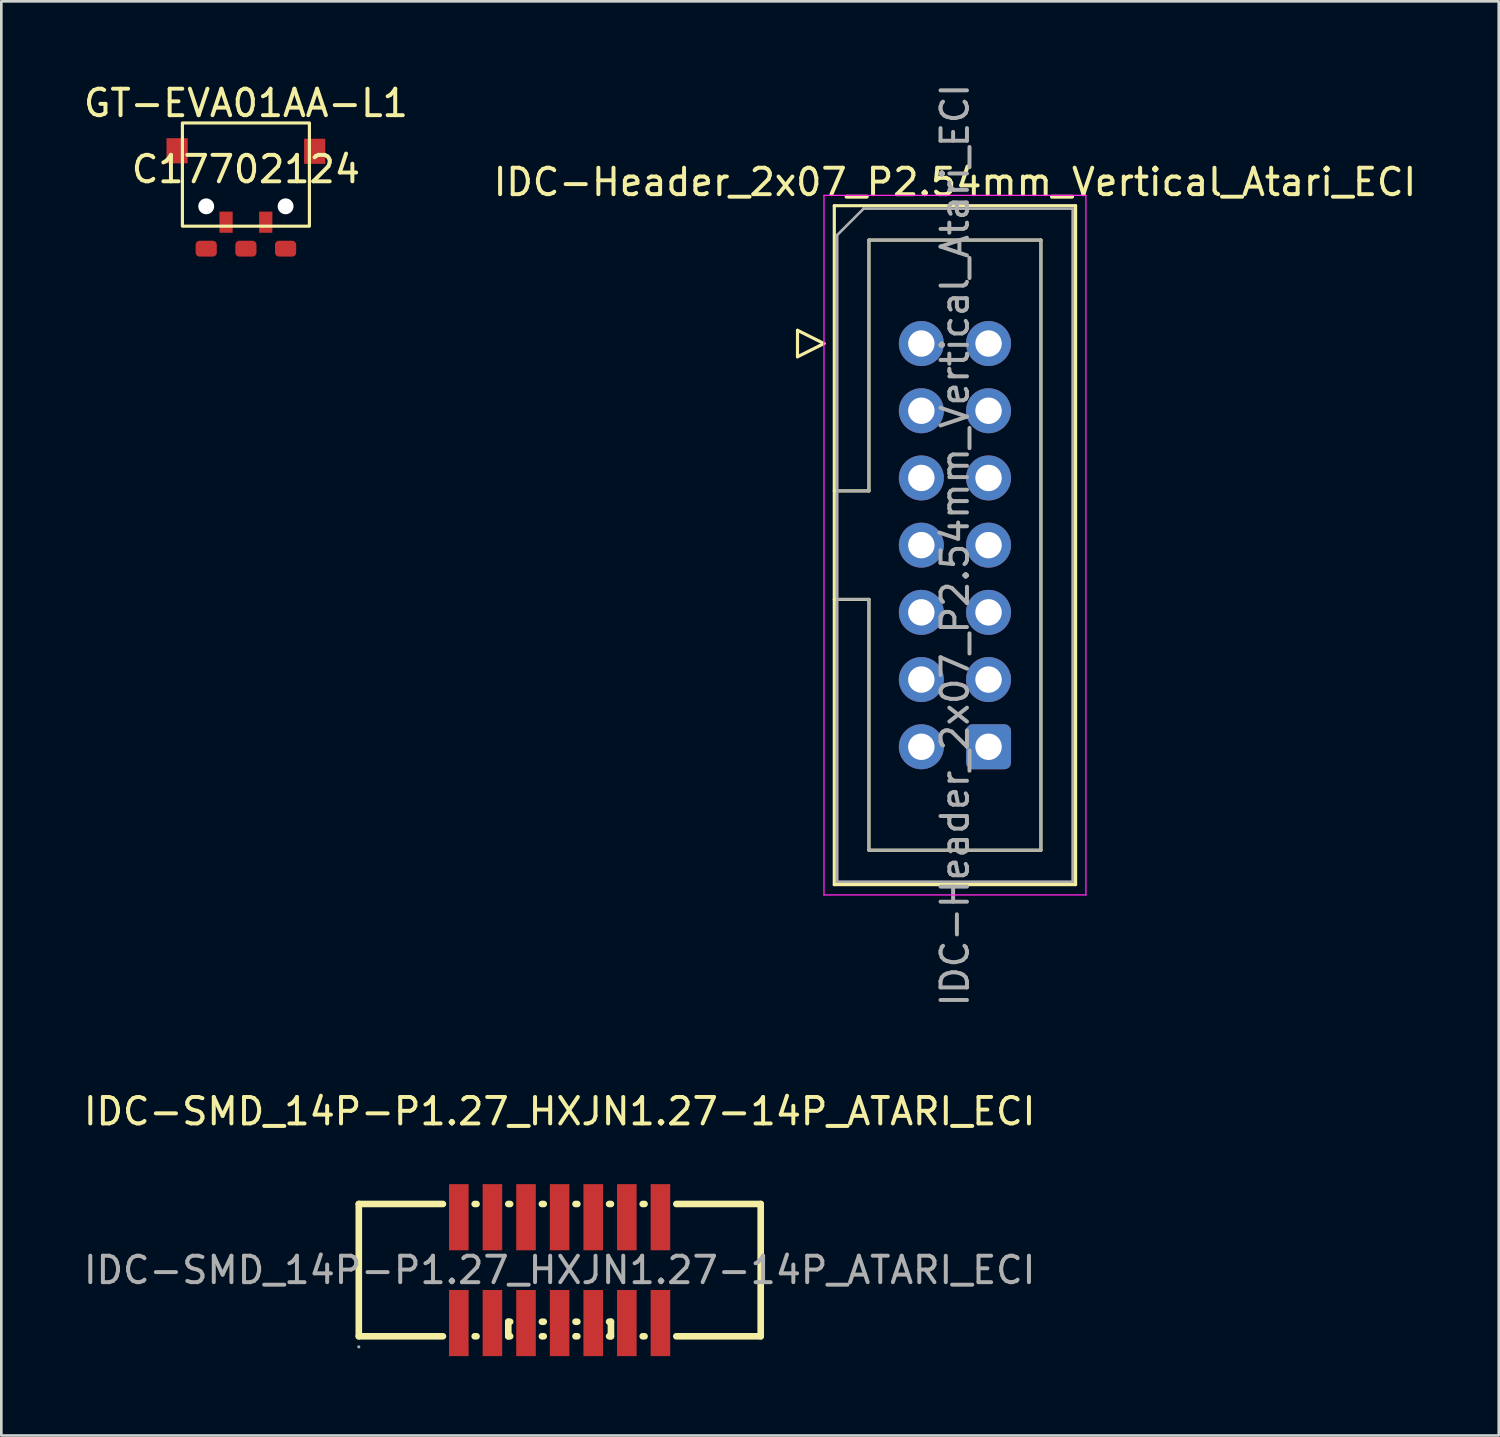
<source format=kicad_pcb>
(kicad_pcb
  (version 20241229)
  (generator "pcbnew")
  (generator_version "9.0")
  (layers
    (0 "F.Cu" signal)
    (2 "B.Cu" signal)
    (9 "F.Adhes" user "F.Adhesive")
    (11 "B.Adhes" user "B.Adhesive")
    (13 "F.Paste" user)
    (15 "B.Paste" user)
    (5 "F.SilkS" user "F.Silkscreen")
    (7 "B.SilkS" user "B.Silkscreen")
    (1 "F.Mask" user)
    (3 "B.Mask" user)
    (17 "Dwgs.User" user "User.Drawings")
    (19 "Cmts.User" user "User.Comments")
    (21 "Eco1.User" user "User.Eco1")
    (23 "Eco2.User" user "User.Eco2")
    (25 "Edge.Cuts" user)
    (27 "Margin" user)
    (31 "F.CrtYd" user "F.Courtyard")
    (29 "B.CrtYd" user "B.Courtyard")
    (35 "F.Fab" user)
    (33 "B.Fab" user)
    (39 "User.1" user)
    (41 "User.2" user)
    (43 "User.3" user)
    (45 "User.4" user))
  (footprint "IDC-SMD_14P-P1.27_HXJN1.27-14P_ATARI_ECI"
    (layer "F.Cu")
    (at 18.101 44.955)
    (property "Reference" "IDC-SMD_14P-P1.27_HXJN1.27-14P_ATARI_ECI" (at 0 -6 0) (layer "F.SilkS") (effects (font (size 1 1) (thickness 0.15))))
    (attr smd)
    (fp_line (start -7.59 -2.5) (end -7.59 2.5) (stroke (width 0.25) (type solid)) (layer "F.SilkS"))
    (fp_line (start -7.59 2.5) (end -4.41 2.5) (stroke (width 0.25) (type solid)) (layer "F.SilkS"))
    (fp_line (start -4.41 -2.5) (end -7.59 -2.5) (stroke (width 0.25) (type solid)) (layer "F.SilkS"))
    (fp_line (start -3.21 2.5) (end -3.14 2.5) (stroke (width 0.25) (type solid)) (layer "F.SilkS"))
    (fp_line (start -3.14 -2.5) (end -3.21 -2.5) (stroke (width 0.25) (type solid)) (layer "F.SilkS"))
    (fp_line (start -1.94 1.95) (end -1.87 1.95) (stroke (width 0.25) (type solid)) (layer "F.SilkS"))
    (fp_line (start -1.94 2.5) (end -1.94 1.95) (stroke (width 0.25) (type solid)) (layer "F.SilkS"))
    (fp_line (start -1.94 2.5) (end -1.87 2.5) (stroke (width 0.25) (type solid)) (layer "F.SilkS"))
    (fp_line (start -1.87 -2.5) (end -1.94 -2.5) (stroke (width 0.25) (type solid)) (layer "F.SilkS"))
    (fp_line (start -0.67 1.95) (end -0.6 1.95) (stroke (width 0.25) (type solid)) (layer "F.SilkS"))
    (fp_line (start -0.67 2.5) (end -0.6 2.5) (stroke (width 0.25) (type solid)) (layer "F.SilkS"))
    (fp_line (start -0.6 -2.5) (end -0.67 -2.5) (stroke (width 0.25) (type solid)) (layer "F.SilkS"))
    (fp_line (start 0.6 1.95) (end 0.67 1.95) (stroke (width 0.25) (type solid)) (layer "F.SilkS"))
    (fp_line (start 0.6 2.5) (end 0.67 2.5) (stroke (width 0.25) (type solid)) (layer "F.SilkS"))
    (fp_line (start 0.67 -2.5) (end 0.6 -2.5) (stroke (width 0.25) (type solid)) (layer "F.SilkS"))
    (fp_line (start 1.87 1.95) (end 1.94 1.95) (stroke (width 0.25) (type solid)) (layer "F.SilkS"))
    (fp_line (start 1.87 2.5) (end 1.94 2.5) (stroke (width 0.25) (type solid)) (layer "F.SilkS"))
    (fp_line (start 1.94 -2.5) (end 1.87 -2.5) (stroke (width 0.25) (type solid)) (layer "F.SilkS"))
    (fp_line (start 1.94 1.95) (end 1.94 2.5) (stroke (width 0.25) (type solid)) (layer "F.SilkS"))
    (fp_line (start 3.14 2.5) (end 3.21 2.5) (stroke (width 0.25) (type solid)) (layer "F.SilkS"))
    (fp_line (start 3.21 -2.5) (end 3.14 -2.5) (stroke (width 0.25) (type solid)) (layer "F.SilkS"))
    (fp_line (start 4.41 2.5) (end 7.6 2.5) (stroke (width 0.25) (type solid)) (layer "F.SilkS"))
    (fp_line (start 7.6 -2.5) (end 4.41 -2.5) (stroke (width 0.25) (type solid)) (layer "F.SilkS"))
    (fp_line (start 7.6 2.5) (end 7.6 -2.5) (stroke (width 0.25) (type solid)) (layer "F.SilkS"))
    (fp_circle (center -7.59 2.9) (end -7.56 2.9) (stroke (width 0.06) (type solid)) (fill no) (layer "F.Fab"))
    (fp_text user "${REFERENCE}" (at 0 0 0) (layer "F.Fab") (effects (font (size 1 1) (thickness 0.15))))
    (pad "1" smd rect (at -3.81 2) (size 0.74 2.5) (layers "F.Cu" "F.Mask" "F.Paste"))
    (pad "2" smd rect (at -2.54 2) (size 0.74 2.5) (layers "F.Cu" "F.Mask" "F.Paste"))
    (pad "3" smd rect (at -1.27 2) (size 0.74 2.5) (layers "F.Cu" "F.Mask" "F.Paste"))
    (pad "4" smd rect (at 0 2) (size 0.74 2.5) (layers "F.Cu" "F.Mask" "F.Paste"))
    (pad "5" smd rect (at 1.27 2) (size 0.74 2.5) (layers "F.Cu" "F.Mask" "F.Paste"))
    (pad "6" smd rect (at 2.54 2) (size 0.74 2.5) (layers "F.Cu" "F.Mask" "F.Paste"))
    (pad "7" smd rect (at 3.81 2) (size 0.74 2.5) (layers "F.Cu" "F.Mask" "F.Paste"))
    (pad "A" smd rect (at -3.81 -2) (size 0.74 2.5) (layers "F.Cu" "F.Mask" "F.Paste"))
    (pad "B" smd rect (at -2.54 -2) (size 0.74 2.5) (layers "F.Cu" "F.Mask" "F.Paste"))
    (pad "C" smd rect (at -1.27 -2) (size 0.74 2.5) (layers "F.Cu" "F.Mask" "F.Paste"))
    (pad "D" smd rect (at 0 -2) (size 0.74 2.5) (layers "F.Cu" "F.Mask" "F.Paste"))
    (pad "E" smd rect (at 1.27 -2) (size 0.74 2.5) (layers "F.Cu" "F.Mask" "F.Paste"))
    (pad "F" smd rect (at 2.54 -2) (size 0.74 2.5) (layers "F.Cu" "F.Mask" "F.Paste"))
    (pad "H" smd rect (at 3.81 -2) (size 0.74 2.5) (layers "F.Cu" "F.Mask" "F.Paste")))
  (footprint "IDC-Header_2x07_P2.54mm_Vertical_Atari_ECI"
    (layer "F.Cu")
    (at 31.772 9.934)
    (property "Reference" "IDC-Header_2x07_P2.54mm_Vertical_Atari_ECI" (at 1.27 -6.1 0) (layer "F.SilkS") (effects (font (size 1 1) (thickness 0.15))))
    (attr through_hole)
    (fp_line (start -4.68 -0.5) (end -4.68 0.5) (stroke (width 0.12) (type solid)) (layer "F.SilkS"))
    (fp_line (start -4.68 0.5) (end -3.68 0) (stroke (width 0.12) (type solid)) (layer "F.SilkS"))
    (fp_line (start -3.68 0) (end -4.68 -0.5) (stroke (width 0.12) (type solid)) (layer "F.SilkS"))
    (fp_line (start -3.29 -5.21) (end 5.83 -5.21) (stroke (width 0.12) (type solid)) (layer "F.SilkS"))
    (fp_line (start -3.29 5.57) (end -1.98 5.57) (stroke (width 0.12) (type solid)) (layer "F.SilkS"))
    (fp_line (start -3.29 20.45) (end -3.29 -5.21) (stroke (width 0.12) (type solid)) (layer "F.SilkS"))
    (fp_line (start -1.98 -3.91) (end 4.52 -3.91) (stroke (width 0.12) (type solid)) (layer "F.SilkS"))
    (fp_line (start -1.98 5.57) (end -1.98 -3.91) (stroke (width 0.12) (type solid)) (layer "F.SilkS"))
    (fp_line (start -1.98 9.67) (end -3.29 9.67) (stroke (width 0.12) (type solid)) (layer "F.SilkS"))
    (fp_line (start -1.98 19.15) (end -1.98 9.67) (stroke (width 0.12) (type solid)) (layer "F.SilkS"))
    (fp_line (start 4.52 -3.91) (end 4.52 19.15) (stroke (width 0.12) (type solid)) (layer "F.SilkS"))
    (fp_line (start 4.52 19.15) (end -1.98 19.15) (stroke (width 0.12) (type solid)) (layer "F.SilkS"))
    (fp_line (start 5.83 -5.21) (end 5.83 20.45) (stroke (width 0.12) (type solid)) (layer "F.SilkS"))
    (fp_line (start 5.83 20.45) (end -3.29 20.45) (stroke (width 0.12) (type solid)) (layer "F.SilkS"))
    (fp_line (start -3.68 -5.6) (end -3.68 20.84) (stroke (width 0.05) (type solid)) (layer "F.CrtYd"))
    (fp_line (start -3.68 20.84) (end 6.22 20.84) (stroke (width 0.05) (type solid)) (layer "F.CrtYd"))
    (fp_line (start 6.22 -5.6) (end -3.68 -5.6) (stroke (width 0.05) (type solid)) (layer "F.CrtYd"))
    (fp_line (start 6.22 20.84) (end 6.22 -5.6) (stroke (width 0.05) (type solid)) (layer "F.CrtYd"))
    (fp_line (start -3.18 -4.1) (end -2.18 -5.1) (stroke (width 0.1) (type solid)) (layer "F.Fab"))
    (fp_line (start -3.18 5.57) (end -1.98 5.57) (stroke (width 0.1) (type solid)) (layer "F.Fab"))
    (fp_line (start -3.18 20.34) (end -3.18 -4.1) (stroke (width 0.1) (type solid)) (layer "F.Fab"))
    (fp_line (start -2.18 -5.1) (end 5.72 -5.1) (stroke (width 0.1) (type solid)) (layer "F.Fab"))
    (fp_line (start -1.98 -3.91) (end 4.52 -3.91) (stroke (width 0.1) (type solid)) (layer "F.Fab"))
    (fp_line (start -1.98 5.57) (end -1.98 -3.91) (stroke (width 0.1) (type solid)) (layer "F.Fab"))
    (fp_line (start -1.98 9.67) (end -3.18 9.67) (stroke (width 0.1) (type solid)) (layer "F.Fab"))
    (fp_line (start -1.98 19.15) (end -1.98 9.67) (stroke (width 0.1) (type solid)) (layer "F.Fab"))
    (fp_line (start 4.52 -3.91) (end 4.52 19.15) (stroke (width 0.1) (type solid)) (layer "F.Fab"))
    (fp_line (start 4.52 19.15) (end -1.98 19.15) (stroke (width 0.1) (type solid)) (layer "F.Fab"))
    (fp_line (start 5.72 -5.1) (end 5.72 20.34) (stroke (width 0.1) (type solid)) (layer "F.Fab"))
    (fp_line (start 5.72 20.34) (end -3.18 20.34) (stroke (width 0.1) (type solid)) (layer "F.Fab"))
    (fp_text user "${REFERENCE}" (at 1.27 7.62 90) (layer "F.Fab") (effects (font (size 1 1) (thickness 0.15))))
    (pad "1" thru_hole roundrect (at 2.54 15.24) (size 1.7 1.7) (drill 1) (layers "*.Cu" "*.Mask") (roundrect_rratio 0.147))
    (pad "2" thru_hole circle (at 2.54 12.7) (size 1.7 1.7) (drill 1) (layers "*.Cu" "*.Mask"))
    (pad "3" thru_hole circle (at 2.54 10.16) (size 1.7 1.7) (drill 1) (layers "*.Cu" "*.Mask"))
    (pad "4" thru_hole circle (at 2.54 7.62) (size 1.7 1.7) (drill 1) (layers "*.Cu" "*.Mask"))
    (pad "5" thru_hole circle (at 2.54 5.08) (size 1.7 1.7) (drill 1) (layers "*.Cu" "*.Mask"))
    (pad "6" thru_hole circle (at 2.54 2.54) (size 1.7 1.7) (drill 1) (layers "*.Cu" "*.Mask"))
    (pad "7" thru_hole circle (at 2.54 0) (size 1.7 1.7) (drill 1) (layers "*.Cu" "*.Mask"))
    (pad "A" thru_hole circle (at 0 15.24) (size 1.7 1.7) (drill 1) (layers "*.Cu" "*.Mask"))
    (pad "B" thru_hole circle (at 0 12.7) (size 1.7 1.7) (drill 1) (layers "*.Cu" "*.Mask"))
    (pad "C" thru_hole circle (at 0 10.16) (size 1.7 1.7) (drill 1) (layers "*.Cu" "*.Mask"))
    (pad "D" thru_hole circle (at 0 7.62) (size 1.7 1.7) (drill 1) (layers "*.Cu" "*.Mask"))
    (pad "E" thru_hole circle (at 0 5.08) (size 1.7 1.7) (drill 1) (layers "*.Cu" "*.Mask"))
    (pad "F" thru_hole circle (at 0 2.54) (size 1.7 1.7) (drill 1) (layers "*.Cu" "*.Mask"))
    (pad "H" thru_hole circle (at 0 0) (size 1.7 1.7) (drill 1) (layers "*.Cu" "*.Mask")))
  (footprint "GT-EVA01AA-L1"
    (layer "F.Cu")
    (at 6.244 4.498)
    (property "Reference" "GT-EVA01AA-L1" (at 0 -3.65 0) (unlocked yes) (layer "F.SilkS") (effects (font (size 1 1) (thickness 0.15))))
    (property "JLC Ref" "C17702124" (at 0 -1.15 0) (unlocked yes) (layer "F.SilkS") (effects (font (size 1 1) (thickness 0.15))))
    (attr smd)
    (fp_rect (start -2.4 -2.9) (end 2.4 1) (stroke (width 0.12) (type default)) (fill no) (layer "F.SilkS"))
    (pad "" smd rect (at -2.6 -1.85) (size 0.8 0.95) (layers "F.Cu" "F.Mask" "F.Paste"))
    (pad "" np_thru_hole circle (at -1.5 0.25) (size 0.6 0.6) (drill 0.6) (layers "*.Mask" "F.Cu"))
    (pad "" np_thru_hole circle (at 1.5 0.25) (size 0.6 0.6) (drill 0.6) (layers "*.Mask" "F.Cu"))
    (pad "" smd rect (at 2.6 -1.83) (size 0.8 0.95) (layers "F.Cu" "F.Mask" "F.Paste"))
    (pad "A" smd roundrect (at -1.5 1.85) (size 0.8 0.6) (layers "F.Cu" "F.Mask" "F.Paste") (roundrect_rratio 0.25))
    (pad "B" smd roundrect (at 1.5 1.85) (size 0.8 0.6) (layers "F.Cu" "F.Mask" "F.Paste") (roundrect_rratio 0.25))
    (pad "C" smd roundrect (at 0 1.85) (size 0.8 0.6) (layers "F.Cu" "F.Mask" "F.Paste") (roundrect_rratio 0.25))
    (pad "S1" smd rect (at -0.75 0.85) (size 0.5 0.8) (layers "F.Cu" "F.Mask" "F.Paste"))
    (pad "S2" smd rect (at 0.75 0.85) (size 0.5 0.8) (layers "F.Cu" "F.Mask" "F.Paste")))
  (gr_rect
    (start -3 -3)
    (end 53.595 51.205)
    (stroke (width 0.1) (type default))
    (fill no)
    (layer "Edge.Cuts")))
</source>
